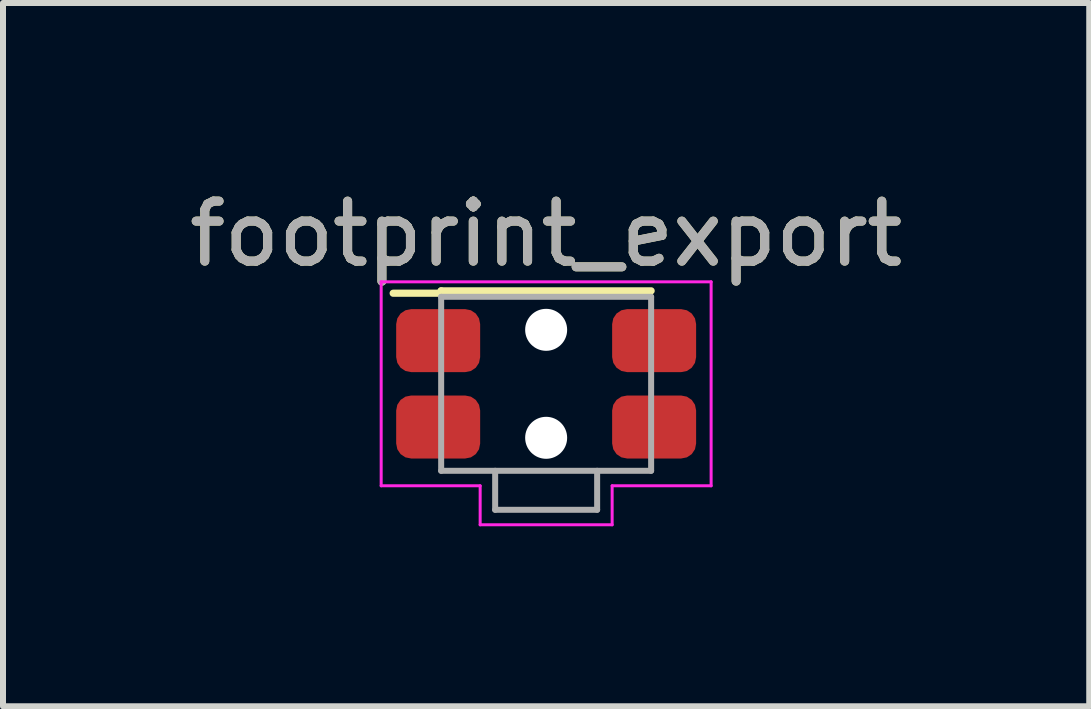
<source format=kicad_pcb>
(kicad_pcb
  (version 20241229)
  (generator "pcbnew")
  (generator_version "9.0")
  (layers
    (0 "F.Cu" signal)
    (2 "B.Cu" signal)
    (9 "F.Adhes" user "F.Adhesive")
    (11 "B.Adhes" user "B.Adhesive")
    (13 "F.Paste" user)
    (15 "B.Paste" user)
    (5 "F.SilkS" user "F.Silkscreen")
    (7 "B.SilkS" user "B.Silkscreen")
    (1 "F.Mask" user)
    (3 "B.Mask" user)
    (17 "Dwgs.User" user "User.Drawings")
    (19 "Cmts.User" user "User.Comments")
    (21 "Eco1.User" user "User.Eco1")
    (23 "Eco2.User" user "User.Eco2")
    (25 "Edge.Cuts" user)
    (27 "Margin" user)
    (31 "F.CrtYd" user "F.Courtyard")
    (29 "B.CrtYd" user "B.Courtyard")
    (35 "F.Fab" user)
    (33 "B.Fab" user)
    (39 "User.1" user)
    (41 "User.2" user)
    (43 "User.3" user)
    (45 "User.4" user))
  (footprint "footprint_export"
    (layer "F.Cu")
    (at 6.054 3.348)
    (property "Reference" "footprint_export" (at 0 -2.5 0) (layer "F.SilkS") (effects (font (size 1 1) (thickness 0.15))))
    (attr smd)
    (fp_line (start -2.55 -1.51) (end -1.75 -1.51) (stroke (width 0.12) (type default)) (layer "F.SilkS"))
    (fp_line (start -1.75 -1.55) (end -1.75 -1.51) (stroke (width 0.12) (type default)) (layer "F.SilkS"))
    (fp_line (start -1.75 -1.55) (end 1.75 -1.55) (stroke (width 0.12) (type solid)) (layer "F.SilkS"))
    (fp_line (start -2.75 -1.7) (end 2.75 -1.7) (stroke (width 0.05) (type solid)) (layer "F.CrtYd"))
    (fp_line (start -2.75 1.7) (end -2.75 -1.7) (stroke (width 0.05) (type solid)) (layer "F.CrtYd"))
    (fp_line (start -1.1 1.7) (end -2.75 1.7) (stroke (width 0.05) (type solid)) (layer "F.CrtYd"))
    (fp_line (start -1.1 2.35) (end -1.1 1.7) (stroke (width 0.05) (type solid)) (layer "F.CrtYd"))
    (fp_line (start 1.1 1.7) (end 1.1 2.35) (stroke (width 0.05) (type solid)) (layer "F.CrtYd"))
    (fp_line (start 1.1 2.35) (end -1.1 2.35) (stroke (width 0.05) (type solid)) (layer "F.CrtYd"))
    (fp_line (start 2.75 -1.7) (end 2.75 1.7) (stroke (width 0.05) (type solid)) (layer "F.CrtYd"))
    (fp_line (start 2.75 1.7) (end 1.1 1.7) (stroke (width 0.05) (type solid)) (layer "F.CrtYd"))
    (fp_line (start -1.75 -1.45) (end 1.75 -1.45) (stroke (width 0.1) (type solid)) (layer "F.Fab"))
    (fp_line (start -1.75 1.45) (end -1.75 -1.45) (stroke (width 0.1) (type solid)) (layer "F.Fab"))
    (fp_line (start -0.85 2.1) (end -0.85 1.45) (stroke (width 0.1) (type solid)) (layer "F.Fab"))
    (fp_line (start -0.85 2.1) (end 0.85 2.1) (stroke (width 0.1) (type solid)) (layer "F.Fab"))
    (fp_line (start 0.85 2.1) (end 0.85 1.45) (stroke (width 0.1) (type solid)) (layer "F.Fab"))
    (fp_line (start 1.75 -1.45) (end 1.75 1.45) (stroke (width 0.1) (type solid)) (layer "F.Fab"))
    (fp_line (start 1.75 1.45) (end -1.75 1.45) (stroke (width 0.1) (type solid)) (layer "F.Fab"))
    (fp_text user "${REFERENCE}" (at 0 -2.5 0) (layer "F.Fab") (effects (font (size 1 1) (thickness 0.15))))
    (pad "" np_thru_hole circle (at 0 -0.9) (size 0.7 0.7) (drill 0.7) (layers "*.Cu" "*.Mask"))
    (pad "" np_thru_hole circle (at 0 0.9) (size 0.7 0.7) (drill 0.7) (layers "*.Cu" "*.Mask"))
    (pad "1" smd roundrect (at -1.8 -0.72) (size 1.4 1.05) (layers "F.Cu" "F.Mask" "F.Paste") (roundrect_rratio 0.238))
    (pad "1" smd roundrect (at 1.8 -0.72) (size 1.4 1.05) (layers "F.Cu" "F.Mask" "F.Paste") (roundrect_rratio 0.238))
    (pad "2" smd roundrect (at -1.8 0.72) (size 1.4 1.05) (layers "F.Cu" "F.Mask" "F.Paste") (roundrect_rratio 0.238))
    (pad "2" smd roundrect (at 1.8 0.72) (size 1.4 1.05) (layers "F.Cu" "F.Mask" "F.Paste") (roundrect_rratio 0.238)))
  (gr_rect
    (start -3 -3)
    (end 15.107 8.723)
    (stroke (width 0.1) (type default))
    (fill no)
    (layer "Edge.Cuts")))
</source>
